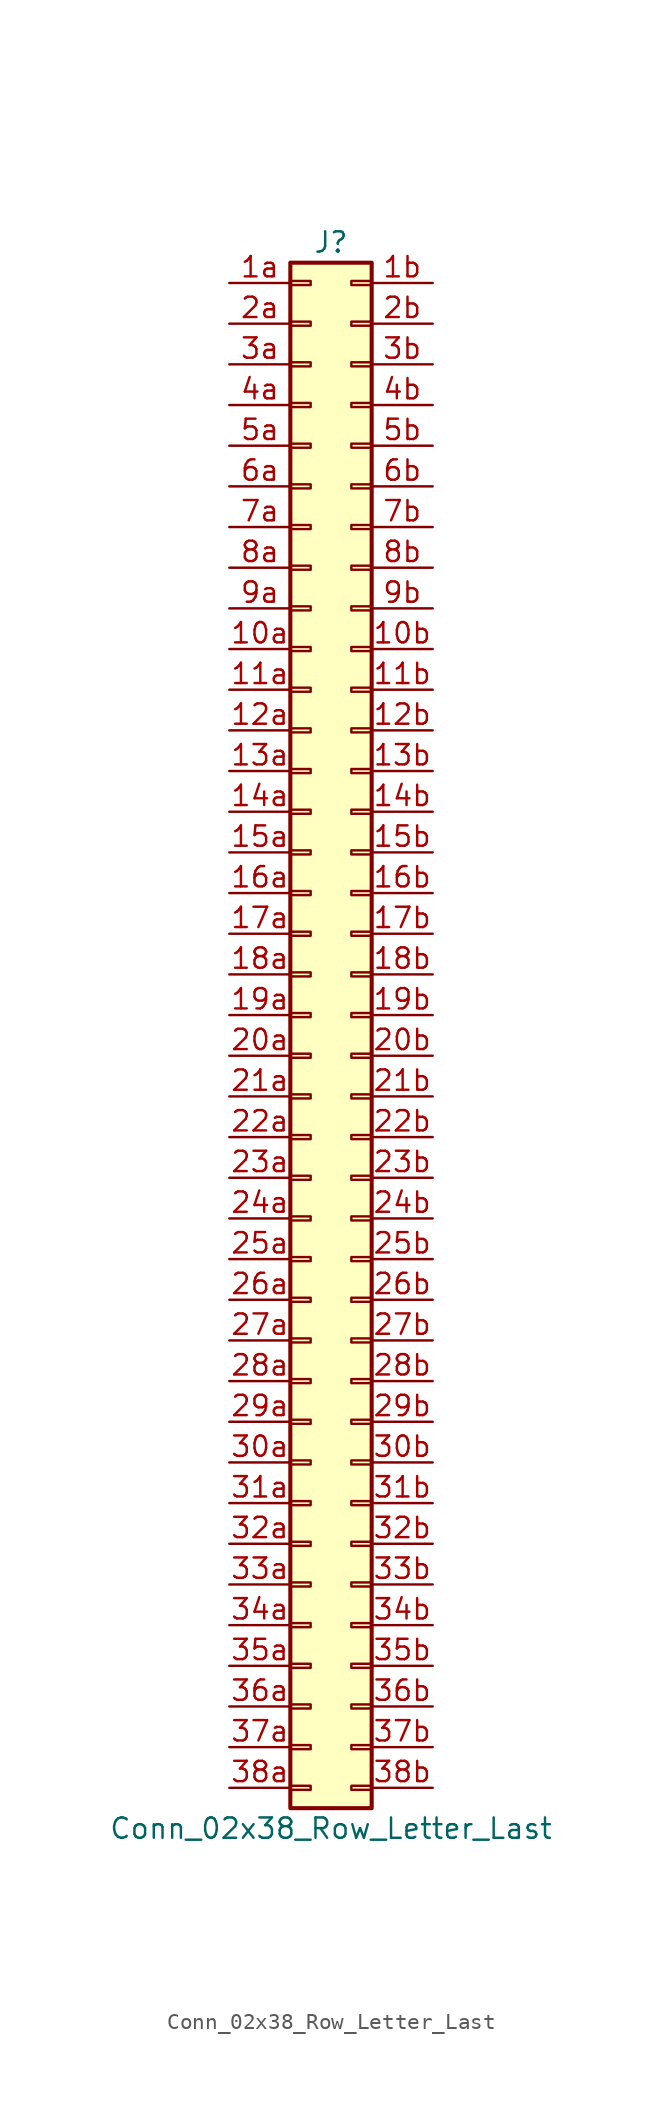
<source format=kicad_sym>
(kicad_symbol_lib
  (version 20220914)
  (generator kicad_symbol_editor)
  (symbol "Conn_02x38_Row_Letter_Last"
    (pin_names
      (offset 1.016) hide)
    (property "Reference" "J"
      (at 1.27 48.26 0)
      (effects (font (size 1.27 1.27))))
    (property "Value" "Conn_02x38_Row_Letter_Last"
      (at 1.27 -50.8 0)
      (effects (font (size 1.27 1.27))))
    (symbol "Conn_02x38_Row_Letter_Last_1_1"
      (rectangle (start -1.27 -48.133) (end 0 -48.387) (stroke (width 0.152) (type default)) (fill (type none)))
      (rectangle (start -1.27 -45.593) (end 0 -45.847) (stroke (width 0.152) (type default)) (fill (type none)))
      (rectangle (start -1.27 -43.053) (end 0 -43.307) (stroke (width 0.152) (type default)) (fill (type none)))
      (rectangle (start -1.27 -40.513) (end 0 -40.767) (stroke (width 0.152) (type default)) (fill (type none)))
      (rectangle (start -1.27 -37.973) (end 0 -38.227) (stroke (width 0.152) (type default)) (fill (type none)))
      (rectangle (start -1.27 -35.433) (end 0 -35.687) (stroke (width 0.152) (type default)) (fill (type none)))
      (rectangle (start -1.27 -32.893) (end 0 -33.147) (stroke (width 0.152) (type default)) (fill (type none)))
      (rectangle (start -1.27 -30.353) (end 0 -30.607) (stroke (width 0.152) (type default)) (fill (type none)))
      (rectangle (start -1.27 -27.813) (end 0 -28.067) (stroke (width 0.152) (type default)) (fill (type none)))
      (rectangle (start -1.27 -25.273) (end 0 -25.527) (stroke (width 0.152) (type default)) (fill (type none)))
      (rectangle (start -1.27 -22.733) (end 0 -22.987) (stroke (width 0.152) (type default)) (fill (type none)))
      (rectangle (start -1.27 -20.193) (end 0 -20.447) (stroke (width 0.152) (type default)) (fill (type none)))
      (rectangle (start -1.27 -17.653) (end 0 -17.907) (stroke (width 0.152) (type default)) (fill (type none)))
      (rectangle (start -1.27 -15.113) (end 0 -15.367) (stroke (width 0.152) (type default)) (fill (type none)))
      (rectangle (start -1.27 -12.573) (end 0 -12.827) (stroke (width 0.152) (type default)) (fill (type none)))
      (rectangle (start -1.27 -10.033) (end 0 -10.287) (stroke (width 0.152) (type default)) (fill (type none)))
      (rectangle (start -1.27 -7.493) (end 0 -7.747) (stroke (width 0.152) (type default)) (fill (type none)))
      (rectangle (start -1.27 -4.953) (end 0 -5.207) (stroke (width 0.152) (type default)) (fill (type none)))
      (rectangle (start -1.27 -2.413) (end 0 -2.667) (stroke (width 0.152) (type default)) (fill (type none)))
      (rectangle (start -1.27 0.127) (end 0 -0.127) (stroke (width 0.152) (type default)) (fill (type none)))
      (rectangle (start -1.27 2.667) (end 0 2.413) (stroke (width 0.152) (type default)) (fill (type none)))
      (rectangle (start -1.27 5.207) (end 0 4.953) (stroke (width 0.152) (type default)) (fill (type none)))
      (rectangle (start -1.27 7.747) (end 0 7.493) (stroke (width 0.152) (type default)) (fill (type none)))
      (rectangle (start -1.27 10.287) (end 0 10.033) (stroke (width 0.152) (type default)) (fill (type none)))
      (rectangle (start -1.27 12.827) (end 0 12.573) (stroke (width 0.152) (type default)) (fill (type none)))
      (rectangle (start -1.27 15.367) (end 0 15.113) (stroke (width 0.152) (type default)) (fill (type none)))
      (rectangle (start -1.27 17.907) (end 0 17.653) (stroke (width 0.152) (type default)) (fill (type none)))
      (rectangle (start -1.27 20.447) (end 0 20.193) (stroke (width 0.152) (type default)) (fill (type none)))
      (rectangle (start -1.27 22.987) (end 0 22.733) (stroke (width 0.152) (type default)) (fill (type none)))
      (rectangle (start -1.27 25.527) (end 0 25.273) (stroke (width 0.152) (type default)) (fill (type none)))
      (rectangle (start -1.27 28.067) (end 0 27.813) (stroke (width 0.152) (type default)) (fill (type none)))
      (rectangle (start -1.27 30.607) (end 0 30.353) (stroke (width 0.152) (type default)) (fill (type none)))
      (rectangle (start -1.27 33.147) (end 0 32.893) (stroke (width 0.152) (type default)) (fill (type none)))
      (rectangle (start -1.27 35.687) (end 0 35.433) (stroke (width 0.152) (type default)) (fill (type none)))
      (rectangle (start -1.27 38.227) (end 0 37.973) (stroke (width 0.152) (type default)) (fill (type none)))
      (rectangle (start -1.27 40.767) (end 0 40.513) (stroke (width 0.152) (type default)) (fill (type none)))
      (rectangle (start -1.27 43.307) (end 0 43.053) (stroke (width 0.152) (type default)) (fill (type none)))
      (rectangle (start -1.27 45.847) (end 0 45.593) (stroke (width 0.152) (type default)) (fill (type none)))
      (rectangle (start -1.27 46.99) (end 3.81 -49.53) (stroke (width 0.254) (type default)) (fill (type background)))
      (rectangle (start 3.81 -48.133) (end 2.54 -48.387) (stroke (width 0.152) (type default)) (fill (type none)))
      (rectangle (start 3.81 -45.593) (end 2.54 -45.847) (stroke (width 0.152) (type default)) (fill (type none)))
      (rectangle (start 3.81 -43.053) (end 2.54 -43.307) (stroke (width 0.152) (type default)) (fill (type none)))
      (rectangle (start 3.81 -40.513) (end 2.54 -40.767) (stroke (width 0.152) (type default)) (fill (type none)))
      (rectangle (start 3.81 -37.973) (end 2.54 -38.227) (stroke (width 0.152) (type default)) (fill (type none)))
      (rectangle (start 3.81 -35.433) (end 2.54 -35.687) (stroke (width 0.152) (type default)) (fill (type none)))
      (rectangle (start 3.81 -32.893) (end 2.54 -33.147) (stroke (width 0.152) (type default)) (fill (type none)))
      (rectangle (start 3.81 -30.353) (end 2.54 -30.607) (stroke (width 0.152) (type default)) (fill (type none)))
      (rectangle (start 3.81 -27.813) (end 2.54 -28.067) (stroke (width 0.152) (type default)) (fill (type none)))
      (rectangle (start 3.81 -25.273) (end 2.54 -25.527) (stroke (width 0.152) (type default)) (fill (type none)))
      (rectangle (start 3.81 -22.733) (end 2.54 -22.987) (stroke (width 0.152) (type default)) (fill (type none)))
      (rectangle (start 3.81 -20.193) (end 2.54 -20.447) (stroke (width 0.152) (type default)) (fill (type none)))
      (rectangle (start 3.81 -17.653) (end 2.54 -17.907) (stroke (width 0.152) (type default)) (fill (type none)))
      (rectangle (start 3.81 -15.113) (end 2.54 -15.367) (stroke (width 0.152) (type default)) (fill (type none)))
      (rectangle (start 3.81 -12.573) (end 2.54 -12.827) (stroke (width 0.152) (type default)) (fill (type none)))
      (rectangle (start 3.81 -10.033) (end 2.54 -10.287) (stroke (width 0.152) (type default)) (fill (type none)))
      (rectangle (start 3.81 -7.493) (end 2.54 -7.747) (stroke (width 0.152) (type default)) (fill (type none)))
      (rectangle (start 3.81 -4.953) (end 2.54 -5.207) (stroke (width 0.152) (type default)) (fill (type none)))
      (rectangle (start 3.81 -2.413) (end 2.54 -2.667) (stroke (width 0.152) (type default)) (fill (type none)))
      (rectangle (start 3.81 0.127) (end 2.54 -0.127) (stroke (width 0.152) (type default)) (fill (type none)))
      (rectangle (start 3.81 2.667) (end 2.54 2.413) (stroke (width 0.152) (type default)) (fill (type none)))
      (rectangle (start 3.81 5.207) (end 2.54 4.953) (stroke (width 0.152) (type default)) (fill (type none)))
      (rectangle (start 3.81 7.747) (end 2.54 7.493) (stroke (width 0.152) (type default)) (fill (type none)))
      (rectangle (start 3.81 10.287) (end 2.54 10.033) (stroke (width 0.152) (type default)) (fill (type none)))
      (rectangle (start 3.81 12.827) (end 2.54 12.573) (stroke (width 0.152) (type default)) (fill (type none)))
      (rectangle (start 3.81 15.367) (end 2.54 15.113) (stroke (width 0.152) (type default)) (fill (type none)))
      (rectangle (start 3.81 17.907) (end 2.54 17.653) (stroke (width 0.152) (type default)) (fill (type none)))
      (rectangle (start 3.81 20.447) (end 2.54 20.193) (stroke (width 0.152) (type default)) (fill (type none)))
      (rectangle (start 3.81 22.987) (end 2.54 22.733) (stroke (width 0.152) (type default)) (fill (type none)))
      (rectangle (start 3.81 25.527) (end 2.54 25.273) (stroke (width 0.152) (type default)) (fill (type none)))
      (rectangle (start 3.81 28.067) (end 2.54 27.813) (stroke (width 0.152) (type default)) (fill (type none)))
      (rectangle (start 3.81 30.607) (end 2.54 30.353) (stroke (width 0.152) (type default)) (fill (type none)))
      (rectangle (start 3.81 33.147) (end 2.54 32.893) (stroke (width 0.152) (type default)) (fill (type none)))
      (rectangle (start 3.81 35.687) (end 2.54 35.433) (stroke (width 0.152) (type default)) (fill (type none)))
      (rectangle (start 3.81 38.227) (end 2.54 37.973) (stroke (width 0.152) (type default)) (fill (type none)))
      (rectangle (start 3.81 40.767) (end 2.54 40.513) (stroke (width 0.152) (type default)) (fill (type none)))
      (rectangle (start 3.81 43.307) (end 2.54 43.053) (stroke (width 0.152) (type default)) (fill (type none)))
      (rectangle (start 3.81 45.847) (end 2.54 45.593) (stroke (width 0.152) (type default)) (fill (type none)))
      (pin passive line (at -5.08 22.86 0) (length 3.81) (name "Pin_10a" (effects (font (size 1.27 1.27)))) (number "10a" (effects (font (size 1.27 1.27)))))
      (pin passive line (at 7.62 22.86 180) (length 3.81) (name "Pin_10b" (effects (font (size 1.27 1.27)))) (number "10b" (effects (font (size 1.27 1.27)))))
      (pin passive line (at -5.08 20.32 0) (length 3.81) (name "Pin_11a" (effects (font (size 1.27 1.27)))) (number "11a" (effects (font (size 1.27 1.27)))))
      (pin passive line (at 7.62 20.32 180) (length 3.81) (name "Pin_11b" (effects (font (size 1.27 1.27)))) (number "11b" (effects (font (size 1.27 1.27)))))
      (pin passive line (at -5.08 17.78 0) (length 3.81) (name "Pin_12a" (effects (font (size 1.27 1.27)))) (number "12a" (effects (font (size 1.27 1.27)))))
      (pin passive line (at 7.62 17.78 180) (length 3.81) (name "Pin_12b" (effects (font (size 1.27 1.27)))) (number "12b" (effects (font (size 1.27 1.27)))))
      (pin passive line (at -5.08 15.24 0) (length 3.81) (name "Pin_13a" (effects (font (size 1.27 1.27)))) (number "13a" (effects (font (size 1.27 1.27)))))
      (pin passive line (at 7.62 15.24 180) (length 3.81) (name "Pin_13b" (effects (font (size 1.27 1.27)))) (number "13b" (effects (font (size 1.27 1.27)))))
      (pin passive line (at -5.08 12.7 0) (length 3.81) (name "Pin_14a" (effects (font (size 1.27 1.27)))) (number "14a" (effects (font (size 1.27 1.27)))))
      (pin passive line (at 7.62 12.7 180) (length 3.81) (name "Pin_14b" (effects (font (size 1.27 1.27)))) (number "14b" (effects (font (size 1.27 1.27)))))
      (pin passive line (at -5.08 10.16 0) (length 3.81) (name "Pin_15a" (effects (font (size 1.27 1.27)))) (number "15a" (effects (font (size 1.27 1.27)))))
      (pin passive line (at 7.62 10.16 180) (length 3.81) (name "Pin_15b" (effects (font (size 1.27 1.27)))) (number "15b" (effects (font (size 1.27 1.27)))))
      (pin passive line (at -5.08 7.62 0) (length 3.81) (name "Pin_16a" (effects (font (size 1.27 1.27)))) (number "16a" (effects (font (size 1.27 1.27)))))
      (pin passive line (at 7.62 7.62 180) (length 3.81) (name "Pin_16b" (effects (font (size 1.27 1.27)))) (number "16b" (effects (font (size 1.27 1.27)))))
      (pin passive line (at -5.08 5.08 0) (length 3.81) (name "Pin_17a" (effects (font (size 1.27 1.27)))) (number "17a" (effects (font (size 1.27 1.27)))))
      (pin passive line (at 7.62 5.08 180) (length 3.81) (name "Pin_17b" (effects (font (size 1.27 1.27)))) (number "17b" (effects (font (size 1.27 1.27)))))
      (pin passive line (at -5.08 2.54 0) (length 3.81) (name "Pin_18a" (effects (font (size 1.27 1.27)))) (number "18a" (effects (font (size 1.27 1.27)))))
      (pin passive line (at 7.62 2.54 180) (length 3.81) (name "Pin_18b" (effects (font (size 1.27 1.27)))) (number "18b" (effects (font (size 1.27 1.27)))))
      (pin passive line (at -5.08 0 0) (length 3.81) (name "Pin_19a" (effects (font (size 1.27 1.27)))) (number "19a" (effects (font (size 1.27 1.27)))))
      (pin passive line (at 7.62 0 180) (length 3.81) (name "Pin_19b" (effects (font (size 1.27 1.27)))) (number "19b" (effects (font (size 1.27 1.27)))))
      (pin passive line (at -5.08 45.72 0) (length 3.81) (name "Pin_1a" (effects (font (size 1.27 1.27)))) (number "1a" (effects (font (size 1.27 1.27)))))
      (pin passive line (at 7.62 45.72 180) (length 3.81) (name "Pin_1b" (effects (font (size 1.27 1.27)))) (number "1b" (effects (font (size 1.27 1.27)))))
      (pin passive line (at -5.08 -2.54 0) (length 3.81) (name "Pin_20a" (effects (font (size 1.27 1.27)))) (number "20a" (effects (font (size 1.27 1.27)))))
      (pin passive line (at 7.62 -2.54 180) (length 3.81) (name "Pin_20b" (effects (font (size 1.27 1.27)))) (number "20b" (effects (font (size 1.27 1.27)))))
      (pin passive line (at -5.08 -5.08 0) (length 3.81) (name "Pin_21a" (effects (font (size 1.27 1.27)))) (number "21a" (effects (font (size 1.27 1.27)))))
      (pin passive line (at 7.62 -5.08 180) (length 3.81) (name "Pin_21b" (effects (font (size 1.27 1.27)))) (number "21b" (effects (font (size 1.27 1.27)))))
      (pin passive line (at -5.08 -7.62 0) (length 3.81) (name "Pin_22a" (effects (font (size 1.27 1.27)))) (number "22a" (effects (font (size 1.27 1.27)))))
      (pin passive line (at 7.62 -7.62 180) (length 3.81) (name "Pin_22b" (effects (font (size 1.27 1.27)))) (number "22b" (effects (font (size 1.27 1.27)))))
      (pin passive line (at -5.08 -10.16 0) (length 3.81) (name "Pin_23a" (effects (font (size 1.27 1.27)))) (number "23a" (effects (font (size 1.27 1.27)))))
      (pin passive line (at 7.62 -10.16 180) (length 3.81) (name "Pin_23b" (effects (font (size 1.27 1.27)))) (number "23b" (effects (font (size 1.27 1.27)))))
      (pin passive line (at -5.08 -12.7 0) (length 3.81) (name "Pin_24a" (effects (font (size 1.27 1.27)))) (number "24a" (effects (font (size 1.27 1.27)))))
      (pin passive line (at 7.62 -12.7 180) (length 3.81) (name "Pin_24b" (effects (font (size 1.27 1.27)))) (number "24b" (effects (font (size 1.27 1.27)))))
      (pin passive line (at -5.08 -15.24 0) (length 3.81) (name "Pin_25a" (effects (font (size 1.27 1.27)))) (number "25a" (effects (font (size 1.27 1.27)))))
      (pin passive line (at 7.62 -15.24 180) (length 3.81) (name "Pin_25b" (effects (font (size 1.27 1.27)))) (number "25b" (effects (font (size 1.27 1.27)))))
      (pin passive line (at -5.08 -17.78 0) (length 3.81) (name "Pin_26a" (effects (font (size 1.27 1.27)))) (number "26a" (effects (font (size 1.27 1.27)))))
      (pin passive line (at 7.62 -17.78 180) (length 3.81) (name "Pin_26b" (effects (font (size 1.27 1.27)))) (number "26b" (effects (font (size 1.27 1.27)))))
      (pin passive line (at -5.08 -20.32 0) (length 3.81) (name "Pin_27a" (effects (font (size 1.27 1.27)))) (number "27a" (effects (font (size 1.27 1.27)))))
      (pin passive line (at 7.62 -20.32 180) (length 3.81) (name "Pin_27b" (effects (font (size 1.27 1.27)))) (number "27b" (effects (font (size 1.27 1.27)))))
      (pin passive line (at -5.08 -22.86 0) (length 3.81) (name "Pin_28a" (effects (font (size 1.27 1.27)))) (number "28a" (effects (font (size 1.27 1.27)))))
      (pin passive line (at 7.62 -22.86 180) (length 3.81) (name "Pin_28b" (effects (font (size 1.27 1.27)))) (number "28b" (effects (font (size 1.27 1.27)))))
      (pin passive line (at -5.08 -25.4 0) (length 3.81) (name "Pin_29a" (effects (font (size 1.27 1.27)))) (number "29a" (effects (font (size 1.27 1.27)))))
      (pin passive line (at 7.62 -25.4 180) (length 3.81) (name "Pin_29b" (effects (font (size 1.27 1.27)))) (number "29b" (effects (font (size 1.27 1.27)))))
      (pin passive line (at -5.08 43.18 0) (length 3.81) (name "Pin_2a" (effects (font (size 1.27 1.27)))) (number "2a" (effects (font (size 1.27 1.27)))))
      (pin passive line (at 7.62 43.18 180) (length 3.81) (name "Pin_2b" (effects (font (size 1.27 1.27)))) (number "2b" (effects (font (size 1.27 1.27)))))
      (pin passive line (at -5.08 -27.94 0) (length 3.81) (name "Pin_30a" (effects (font (size 1.27 1.27)))) (number "30a" (effects (font (size 1.27 1.27)))))
      (pin passive line (at 7.62 -27.94 180) (length 3.81) (name "Pin_30b" (effects (font (size 1.27 1.27)))) (number "30b" (effects (font (size 1.27 1.27)))))
      (pin passive line (at -5.08 -30.48 0) (length 3.81) (name "Pin_31a" (effects (font (size 1.27 1.27)))) (number "31a" (effects (font (size 1.27 1.27)))))
      (pin passive line (at 7.62 -30.48 180) (length 3.81) (name "Pin_31b" (effects (font (size 1.27 1.27)))) (number "31b" (effects (font (size 1.27 1.27)))))
      (pin passive line (at -5.08 -33.02 0) (length 3.81) (name "Pin_32a" (effects (font (size 1.27 1.27)))) (number "32a" (effects (font (size 1.27 1.27)))))
      (pin passive line (at 7.62 -33.02 180) (length 3.81) (name "Pin_32b" (effects (font (size 1.27 1.27)))) (number "32b" (effects (font (size 1.27 1.27)))))
      (pin passive line (at -5.08 -35.56 0) (length 3.81) (name "Pin_33a" (effects (font (size 1.27 1.27)))) (number "33a" (effects (font (size 1.27 1.27)))))
      (pin passive line (at 7.62 -35.56 180) (length 3.81) (name "Pin_33b" (effects (font (size 1.27 1.27)))) (number "33b" (effects (font (size 1.27 1.27)))))
      (pin passive line (at -5.08 -38.1 0) (length 3.81) (name "Pin_34a" (effects (font (size 1.27 1.27)))) (number "34a" (effects (font (size 1.27 1.27)))))
      (pin passive line (at 7.62 -38.1 180) (length 3.81) (name "Pin_34b" (effects (font (size 1.27 1.27)))) (number "34b" (effects (font (size 1.27 1.27)))))
      (pin passive line (at -5.08 -40.64 0) (length 3.81) (name "Pin_35a" (effects (font (size 1.27 1.27)))) (number "35a" (effects (font (size 1.27 1.27)))))
      (pin passive line (at 7.62 -40.64 180) (length 3.81) (name "Pin_35b" (effects (font (size 1.27 1.27)))) (number "35b" (effects (font (size 1.27 1.27)))))
      (pin passive line (at -5.08 -43.18 0) (length 3.81) (name "Pin_36a" (effects (font (size 1.27 1.27)))) (number "36a" (effects (font (size 1.27 1.27)))))
      (pin passive line (at 7.62 -43.18 180) (length 3.81) (name "Pin_36b" (effects (font (size 1.27 1.27)))) (number "36b" (effects (font (size 1.27 1.27)))))
      (pin passive line (at -5.08 -45.72 0) (length 3.81) (name "Pin_37a" (effects (font (size 1.27 1.27)))) (number "37a" (effects (font (size 1.27 1.27)))))
      (pin passive line (at 7.62 -45.72 180) (length 3.81) (name "Pin_37b" (effects (font (size 1.27 1.27)))) (number "37b" (effects (font (size 1.27 1.27)))))
      (pin passive line (at -5.08 -48.26 0) (length 3.81) (name "Pin_38a" (effects (font (size 1.27 1.27)))) (number "38a" (effects (font (size 1.27 1.27)))))
      (pin passive line (at 7.62 -48.26 180) (length 3.81) (name "Pin_38b" (effects (font (size 1.27 1.27)))) (number "38b" (effects (font (size 1.27 1.27)))))
      (pin passive line (at -5.08 40.64 0) (length 3.81) (name "Pin_3a" (effects (font (size 1.27 1.27)))) (number "3a" (effects (font (size 1.27 1.27)))))
      (pin passive line (at 7.62 40.64 180) (length 3.81) (name "Pin_3b" (effects (font (size 1.27 1.27)))) (number "3b" (effects (font (size 1.27 1.27)))))
      (pin passive line (at -5.08 38.1 0) (length 3.81) (name "Pin_4a" (effects (font (size 1.27 1.27)))) (number "4a" (effects (font (size 1.27 1.27)))))
      (pin passive line (at 7.62 38.1 180) (length 3.81) (name "Pin_4b" (effects (font (size 1.27 1.27)))) (number "4b" (effects (font (size 1.27 1.27)))))
      (pin passive line (at -5.08 35.56 0) (length 3.81) (name "Pin_5a" (effects (font (size 1.27 1.27)))) (number "5a" (effects (font (size 1.27 1.27)))))
      (pin passive line (at 7.62 35.56 180) (length 3.81) (name "Pin_5b" (effects (font (size 1.27 1.27)))) (number "5b" (effects (font (size 1.27 1.27)))))
      (pin passive line (at -5.08 33.02 0) (length 3.81) (name "Pin_6a" (effects (font (size 1.27 1.27)))) (number "6a" (effects (font (size 1.27 1.27)))))
      (pin passive line (at 7.62 33.02 180) (length 3.81) (name "Pin_6b" (effects (font (size 1.27 1.27)))) (number "6b" (effects (font (size 1.27 1.27)))))
      (pin passive line (at -5.08 30.48 0) (length 3.81) (name "Pin_7a" (effects (font (size 1.27 1.27)))) (number "7a" (effects (font (size 1.27 1.27)))))
      (pin passive line (at 7.62 30.48 180) (length 3.81) (name "Pin_7b" (effects (font (size 1.27 1.27)))) (number "7b" (effects (font (size 1.27 1.27)))))
      (pin passive line (at -5.08 27.94 0) (length 3.81) (name "Pin_8a" (effects (font (size 1.27 1.27)))) (number "8a" (effects (font (size 1.27 1.27)))))
      (pin passive line (at 7.62 27.94 180) (length 3.81) (name "Pin_8b" (effects (font (size 1.27 1.27)))) (number "8b" (effects (font (size 1.27 1.27)))))
      (pin passive line (at -5.08 25.4 0) (length 3.81) (name "Pin_9a" (effects (font (size 1.27 1.27)))) (number "9a" (effects (font (size 1.27 1.27)))))
      (pin passive line (at 7.62 25.4 180) (length 3.81) (name "Pin_9b" (effects (font (size 1.27 1.27)))) (number "9b" (effects (font (size 1.27 1.27))))))))
</source>
